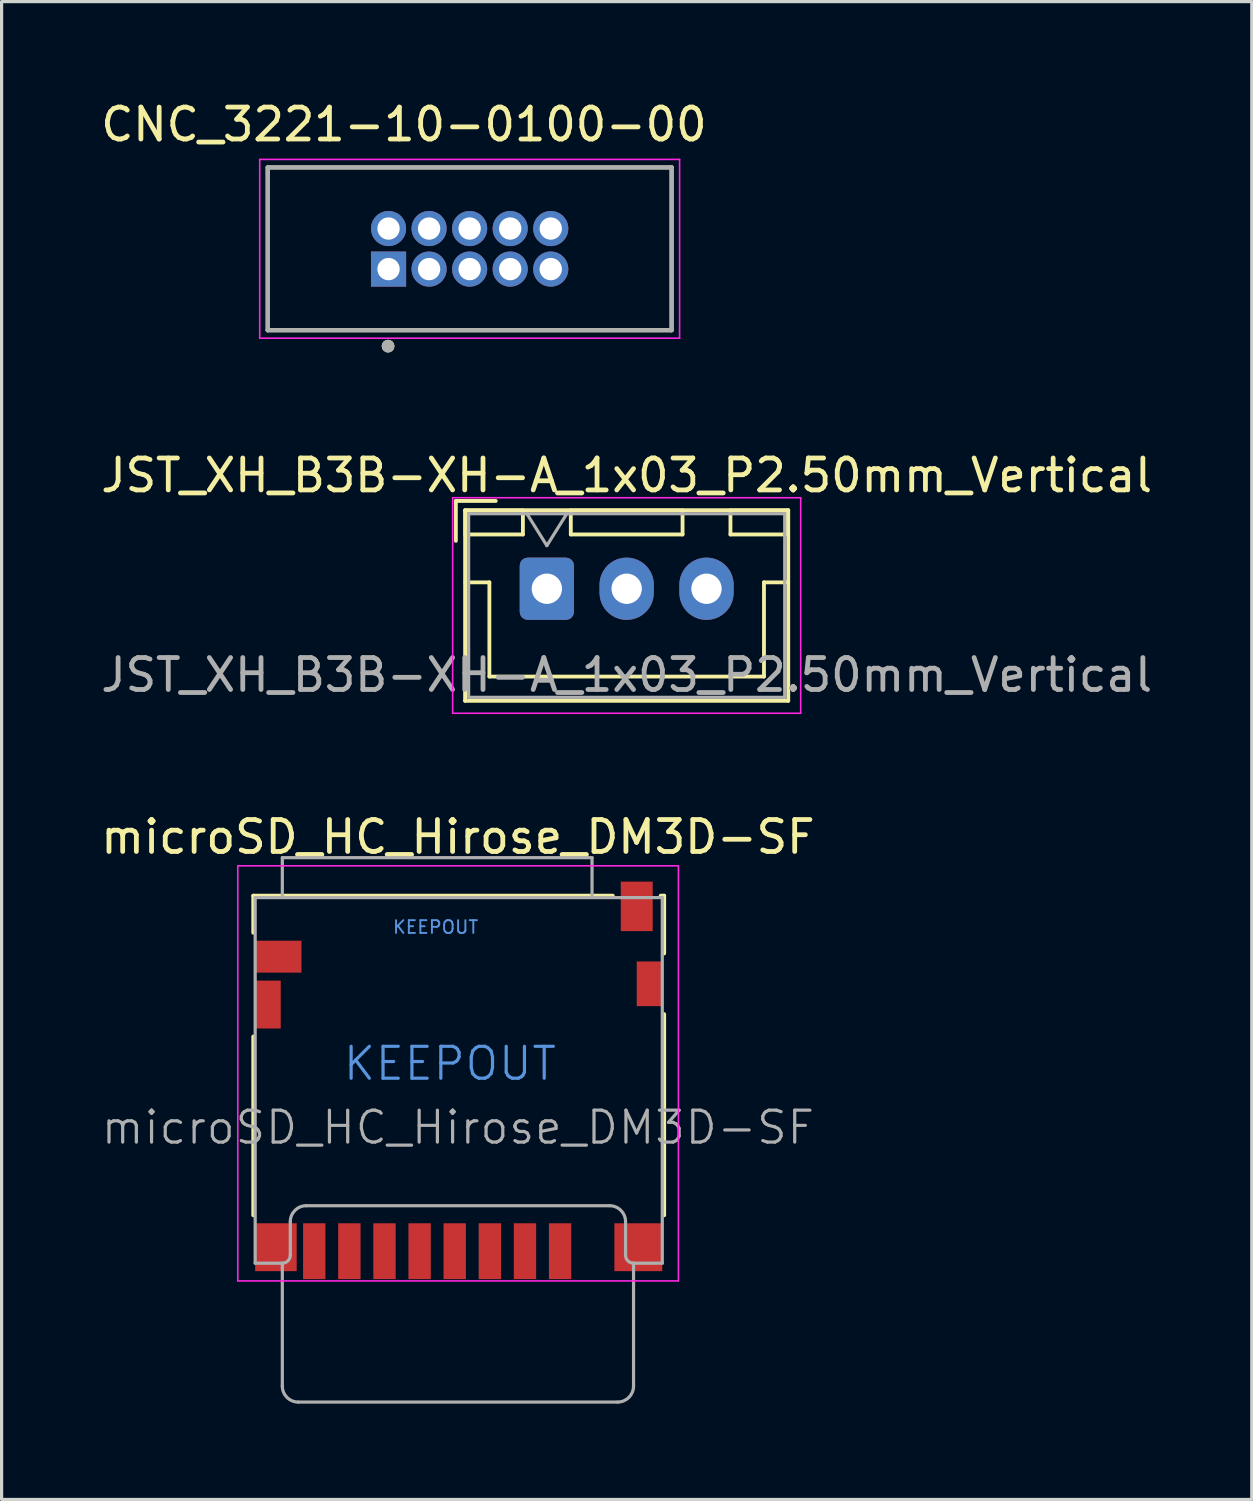
<source format=kicad_pcb>
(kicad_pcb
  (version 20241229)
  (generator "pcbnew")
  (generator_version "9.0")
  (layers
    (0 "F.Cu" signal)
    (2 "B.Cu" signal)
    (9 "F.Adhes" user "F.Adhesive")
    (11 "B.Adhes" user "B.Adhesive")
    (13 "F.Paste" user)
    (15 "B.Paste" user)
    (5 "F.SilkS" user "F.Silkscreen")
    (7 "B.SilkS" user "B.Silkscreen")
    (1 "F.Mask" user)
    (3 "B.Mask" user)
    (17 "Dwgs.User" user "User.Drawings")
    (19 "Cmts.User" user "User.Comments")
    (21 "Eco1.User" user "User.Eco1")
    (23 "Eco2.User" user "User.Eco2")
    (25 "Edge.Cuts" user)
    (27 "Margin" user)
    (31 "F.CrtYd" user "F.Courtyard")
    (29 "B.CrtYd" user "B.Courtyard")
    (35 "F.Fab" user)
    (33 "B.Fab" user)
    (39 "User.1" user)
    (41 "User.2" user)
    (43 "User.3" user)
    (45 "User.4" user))
  (footprint "JST_XH_B3B-XH-A_1x03_P2.50mm_Vertical"
    (layer "F.Cu")
    (at 14.077 15.389)
    (property "Reference" "JST_XH_B3B-XH-A_1x03_P2.50mm_Vertical" (at 2.5 -3.55 0) (layer "F.SilkS") (effects (font (size 1 1) (thickness 0.15))))
    (attr through_hole)
    (fp_line (start -2.85 -2.75) (end -2.85 -1.5) (stroke (width 0.12) (type solid)) (layer "F.SilkS"))
    (fp_line (start -2.56 -2.46) (end -2.56 3.51) (stroke (width 0.12) (type solid)) (layer "F.SilkS"))
    (fp_line (start -2.56 3.51) (end 7.56 3.51) (stroke (width 0.12) (type solid)) (layer "F.SilkS"))
    (fp_line (start -2.55 -2.45) (end -2.55 -1.7) (stroke (width 0.12) (type solid)) (layer "F.SilkS"))
    (fp_line (start -2.55 -1.7) (end -0.75 -1.7) (stroke (width 0.12) (type solid)) (layer "F.SilkS"))
    (fp_line (start -2.55 -0.2) (end -1.8 -0.2) (stroke (width 0.12) (type solid)) (layer "F.SilkS"))
    (fp_line (start -1.8 -0.2) (end -1.8 2.75) (stroke (width 0.12) (type solid)) (layer "F.SilkS"))
    (fp_line (start -1.8 2.75) (end 2.5 2.75) (stroke (width 0.12) (type solid)) (layer "F.SilkS"))
    (fp_line (start -1.6 -2.75) (end -2.85 -2.75) (stroke (width 0.12) (type solid)) (layer "F.SilkS"))
    (fp_line (start -0.75 -2.45) (end -2.55 -2.45) (stroke (width 0.12) (type solid)) (layer "F.SilkS"))
    (fp_line (start -0.75 -1.7) (end -0.75 -2.45) (stroke (width 0.12) (type solid)) (layer "F.SilkS"))
    (fp_line (start 0.75 -2.45) (end 0.75 -1.7) (stroke (width 0.12) (type solid)) (layer "F.SilkS"))
    (fp_line (start 0.75 -1.7) (end 4.25 -1.7) (stroke (width 0.12) (type solid)) (layer "F.SilkS"))
    (fp_line (start 4.25 -2.45) (end 0.75 -2.45) (stroke (width 0.12) (type solid)) (layer "F.SilkS"))
    (fp_line (start 4.25 -1.7) (end 4.25 -2.45) (stroke (width 0.12) (type solid)) (layer "F.SilkS"))
    (fp_line (start 5.75 -2.45) (end 5.75 -1.7) (stroke (width 0.12) (type solid)) (layer "F.SilkS"))
    (fp_line (start 5.75 -1.7) (end 7.55 -1.7) (stroke (width 0.12) (type solid)) (layer "F.SilkS"))
    (fp_line (start 6.8 -0.2) (end 6.8 2.75) (stroke (width 0.12) (type solid)) (layer "F.SilkS"))
    (fp_line (start 6.8 2.75) (end 2.5 2.75) (stroke (width 0.12) (type solid)) (layer "F.SilkS"))
    (fp_line (start 7.55 -2.45) (end 5.75 -2.45) (stroke (width 0.12) (type solid)) (layer "F.SilkS"))
    (fp_line (start 7.55 -1.7) (end 7.55 -2.45) (stroke (width 0.12) (type solid)) (layer "F.SilkS"))
    (fp_line (start 7.55 -0.2) (end 6.8 -0.2) (stroke (width 0.12) (type solid)) (layer "F.SilkS"))
    (fp_line (start 7.56 -2.46) (end -2.56 -2.46) (stroke (width 0.12) (type solid)) (layer "F.SilkS"))
    (fp_line (start 7.56 3.51) (end 7.56 -2.46) (stroke (width 0.12) (type solid)) (layer "F.SilkS"))
    (fp_line (start -2.95 -2.85) (end -2.95 3.9) (stroke (width 0.05) (type solid)) (layer "F.CrtYd"))
    (fp_line (start -2.95 3.9) (end 7.95 3.9) (stroke (width 0.05) (type solid)) (layer "F.CrtYd"))
    (fp_line (start 7.95 -2.85) (end -2.95 -2.85) (stroke (width 0.05) (type solid)) (layer "F.CrtYd"))
    (fp_line (start 7.95 3.9) (end 7.95 -2.85) (stroke (width 0.05) (type solid)) (layer "F.CrtYd"))
    (fp_line (start -2.45 -2.35) (end -2.45 3.4) (stroke (width 0.1) (type solid)) (layer "F.Fab"))
    (fp_line (start -2.45 3.4) (end 7.45 3.4) (stroke (width 0.1) (type solid)) (layer "F.Fab"))
    (fp_line (start -0.625 -2.35) (end 0 -1.35) (stroke (width 0.1) (type solid)) (layer "F.Fab"))
    (fp_line (start 0 -1.35) (end 0.625 -2.35) (stroke (width 0.1) (type solid)) (layer "F.Fab"))
    (fp_line (start 7.45 -2.35) (end -2.45 -2.35) (stroke (width 0.1) (type solid)) (layer "F.Fab"))
    (fp_line (start 7.45 3.4) (end 7.45 -2.35) (stroke (width 0.1) (type solid)) (layer "F.Fab"))
    (fp_text user "${REFERENCE}" (at 2.5 2.7 0) (layer "F.Fab") (effects (font (size 1 1) (thickness 0.15))))
    (pad "1" thru_hole roundrect (at 0 0) (size 1.7 1.95) (drill 0.95) (layers "*.Cu" "*.Mask") (roundrect_rratio 0.147))
    (pad "2" thru_hole oval (at 2.5 0) (size 1.7 1.95) (drill 0.95) (layers "*.Cu" "*.Mask"))
    (pad "3" thru_hole oval (at 5 0) (size 1.7 1.95) (drill 0.95) (layers "*.Cu" "*.Mask")))
  (footprint "CNC_3221-10-0100-00"
    (layer "F.Cu")
    (at 11.659 4.743)
    (property "Reference" "CNC_3221-10-0100-00" (at -2.058 -3.894 0) (layer "F.SilkS") (effects (font (size 1 1) (thickness 0.15))))
    (attr through_hole)
    (fp_line (start -6.325 -2.55) (end 6.325 -2.55) (stroke (width 0.127) (type solid)) (layer "F.SilkS"))
    (fp_line (start -6.325 2.55) (end -6.325 -2.55) (stroke (width 0.127) (type solid)) (layer "F.SilkS"))
    (fp_line (start 6.325 -2.55) (end 6.325 2.55) (stroke (width 0.127) (type solid)) (layer "F.SilkS"))
    (fp_line (start 6.325 2.55) (end -6.325 2.55) (stroke (width 0.127) (type solid)) (layer "F.SilkS"))
    (fp_circle (center -2.555 3.048) (end -2.455 3.048) (stroke (width 0.2) (type solid)) (fill no) (layer "F.SilkS"))
    (fp_line (start -6.575 -2.8) (end 6.575 -2.8) (stroke (width 0.05) (type solid)) (layer "F.CrtYd"))
    (fp_line (start -6.575 2.8) (end -6.575 -2.8) (stroke (width 0.05) (type solid)) (layer "F.CrtYd"))
    (fp_line (start 6.575 -2.8) (end 6.575 2.8) (stroke (width 0.05) (type solid)) (layer "F.CrtYd"))
    (fp_line (start 6.575 2.8) (end -6.575 2.8) (stroke (width 0.05) (type solid)) (layer "F.CrtYd"))
    (fp_line (start -6.325 -2.55) (end 6.325 -2.55) (stroke (width 0.127) (type solid)) (layer "F.Fab"))
    (fp_line (start -6.325 2.55) (end -6.325 -2.55) (stroke (width 0.127) (type solid)) (layer "F.Fab"))
    (fp_line (start 6.325 -2.55) (end 6.325 2.55) (stroke (width 0.127) (type solid)) (layer "F.Fab"))
    (fp_line (start 6.325 2.55) (end -6.325 2.55) (stroke (width 0.127) (type solid)) (layer "F.Fab"))
    (fp_circle (center -2.555 3.048) (end -2.455 3.048) (stroke (width 0.2) (type solid)) (fill no) (layer "F.Fab"))
    (pad "1" thru_hole rect (at -2.54 0.635) (size 1.1 1.1) (drill 0.7) (layers "*.Cu" "*.Mask"))
    (pad "2" thru_hole circle (at -2.54 -0.635) (size 1.1 1.1) (drill 0.7) (layers "*.Cu" "*.Mask"))
    (pad "3" thru_hole circle (at -1.27 0.635) (size 1.1 1.1) (drill 0.7) (layers "*.Cu" "*.Mask"))
    (pad "4" thru_hole circle (at -1.27 -0.635) (size 1.1 1.1) (drill 0.7) (layers "*.Cu" "*.Mask"))
    (pad "5" thru_hole circle (at 0 0.635) (size 1.1 1.1) (drill 0.7) (layers "*.Cu" "*.Mask"))
    (pad "6" thru_hole circle (at 0 -0.635) (size 1.1 1.1) (drill 0.7) (layers "*.Cu" "*.Mask"))
    (pad "7" thru_hole circle (at 1.27 0.635) (size 1.1 1.1) (drill 0.7) (layers "*.Cu" "*.Mask"))
    (pad "8" thru_hole circle (at 1.27 -0.635) (size 1.1 1.1) (drill 0.7) (layers "*.Cu" "*.Mask"))
    (pad "9" thru_hole circle (at 2.54 0.635) (size 1.1 1.1) (drill 0.7) (layers "*.Cu" "*.Mask"))
    (pad "10" thru_hole circle (at 2.54 -0.635) (size 1.1 1.1) (drill 0.7) (layers "*.Cu" "*.Mask")))
  (footprint "microSD_HC_Hirose_DM3D-SF"
    (layer "F.Cu")
    (at 11.317 30.787)
    (property "Reference" "microSD_HC_Hirose_DM3D-SF" (at -0.025 -7.625 0) (layer "F.SilkS") (effects (font (size 1 1) (thickness 0.15))))
    (attr smd)
    (fp_line (start -6.435 -5.785) (end 4.825 -5.785) (stroke (width 0.12) (type solid)) (layer "F.SilkS"))
    (fp_line (start -6.435 -4.625) (end -6.435 -5.785) (stroke (width 0.12) (type solid)) (layer "F.SilkS"))
    (fp_line (start -6.435 -1.375) (end -6.435 4.225) (stroke (width 0.12) (type solid)) (layer "F.SilkS"))
    (fp_line (start 6.325 -5.785) (end 6.435 -5.785) (stroke (width 0.12) (type solid)) (layer "F.SilkS"))
    (fp_line (start 6.435 -5.785) (end 6.435 -3.975) (stroke (width 0.12) (type solid)) (layer "F.SilkS"))
    (fp_line (start 6.435 -2.075) (end 6.435 4.225) (stroke (width 0.12) (type solid)) (layer "F.SilkS"))
    (fp_line (start -6.92 -6.72) (end 6.88 -6.72) (stroke (width 0.05) (type solid)) (layer "F.CrtYd"))
    (fp_line (start -6.92 6.28) (end -6.92 -6.72) (stroke (width 0.05) (type solid)) (layer "F.CrtYd"))
    (fp_line (start 6.88 -6.72) (end 6.88 6.28) (stroke (width 0.05) (type solid)) (layer "F.CrtYd"))
    (fp_line (start 6.88 6.28) (end -6.92 6.28) (stroke (width 0.05) (type solid)) (layer "F.CrtYd"))
    (fp_line (start -6.375 -5.725) (end 6.375 -5.725) (stroke (width 0.1) (type solid)) (layer "F.Fab"))
    (fp_line (start -6.375 5.725) (end -6.375 -5.725) (stroke (width 0.1) (type solid)) (layer "F.Fab"))
    (fp_line (start -6.375 5.725) (end -5.525 5.725) (stroke (width 0.1) (type solid)) (layer "F.Fab"))
    (fp_line (start -5.525 -6.975) (end 4.175 -6.975) (stroke (width 0.1) (type solid)) (layer "F.Fab"))
    (fp_line (start -5.525 -5.725) (end -5.525 -6.975) (stroke (width 0.1) (type solid)) (layer "F.Fab"))
    (fp_line (start -5.525 5.725) (end -5.525 9.575) (stroke (width 0.1) (type solid)) (layer "F.Fab"))
    (fp_line (start -5.275 5.475) (end -5.275 4.425) (stroke (width 0.1) (type solid)) (layer "F.Fab"))
    (fp_line (start -5.025 10.075) (end 4.975 10.075) (stroke (width 0.1) (type solid)) (layer "F.Fab"))
    (fp_line (start -4.775 3.925) (end 4.725 3.925) (stroke (width 0.1) (type solid)) (layer "F.Fab"))
    (fp_line (start 4.175 -5.725) (end 4.175 -6.975) (stroke (width 0.1) (type solid)) (layer "F.Fab"))
    (fp_line (start 5.225 5.475) (end 5.225 4.425) (stroke (width 0.1) (type solid)) (layer "F.Fab"))
    (fp_line (start 5.475 5.725) (end 6.375 5.725) (stroke (width 0.1) (type solid)) (layer "F.Fab"))
    (fp_line (start 5.475 9.575) (end 5.475 5.725) (stroke (width 0.1) (type solid)) (layer "F.Fab"))
    (fp_line (start 6.375 5.725) (end 6.375 -5.725) (stroke (width 0.1) (type solid)) (layer "F.Fab"))
    (fp_arc (start -5.275 4.425) (mid -5.128553 4.071447) (end -4.775 3.925) (stroke (width 0.1) (type solid)) (layer "F.Fab"))
    (fp_arc (start -5.275 5.475) (mid -5.348223 5.651777) (end -5.525 5.725) (stroke (width 0.1) (type solid)) (layer "F.Fab"))
    (fp_arc (start -5.025 10.075) (mid -5.378553 9.928553) (end -5.525 9.575) (stroke (width 0.1) (type solid)) (layer "F.Fab"))
    (fp_arc (start 4.725 3.925) (mid 5.078553 4.071447) (end 5.225 4.425) (stroke (width 0.1) (type solid)) (layer "F.Fab"))
    (fp_arc (start 5.475 5.725) (mid 5.298223 5.651777) (end 5.225 5.475) (stroke (width 0.1) (type solid)) (layer "F.Fab"))
    (fp_arc (start 5.475 9.575) (mid 5.328553 9.928553) (end 4.975 10.075) (stroke (width 0.1) (type solid)) (layer "F.Fab"))
    (fp_text user "KEEPOUT" (at -0.275 -0.525 0) (layer "Cmts.User") (effects (font (size 1 1) (thickness 0.1))))
    (fp_text user "KEEPOUT" (at -0.725 -4.8 0) (layer "Cmts.User") (effects (font (size 0.4 0.4) (thickness 0.06))))
    (fp_text user "${REFERENCE}" (at -0.025 1.475 0) (layer "F.Fab") (effects (font (size 1 1) (thickness 0.1))))
    (pad "1" smd rect (at 3.175 5.35) (size 0.7 1.75) (layers "F.Cu" "F.Mask" "F.Paste"))
    (pad "2" smd rect (at 2.075 5.35) (size 0.7 1.75) (layers "F.Cu" "F.Mask" "F.Paste"))
    (pad "3" smd rect (at 0.975 5.35) (size 0.7 1.75) (layers "F.Cu" "F.Mask" "F.Paste"))
    (pad "4" smd rect (at -0.125 5.35) (size 0.7 1.75) (layers "F.Cu" "F.Mask" "F.Paste"))
    (pad "5" smd rect (at -1.225 5.35) (size 0.7 1.75) (layers "F.Cu" "F.Mask" "F.Paste"))
    (pad "6" smd rect (at -2.325 5.35) (size 0.7 1.75) (layers "F.Cu" "F.Mask" "F.Paste"))
    (pad "7" smd rect (at -3.425 5.35) (size 0.7 1.75) (layers "F.Cu" "F.Mask" "F.Paste"))
    (pad "8" smd rect (at -4.525 5.35) (size 0.7 1.75) (layers "F.Cu" "F.Mask" "F.Paste"))
    (pad "9" smd rect (at -5.65 -3.875) (size 1.45 1) (layers "F.Cu" "F.Mask" "F.Paste"))
    (pad "10" smd rect (at 5.575 -5.45) (size 1 1.55) (layers "F.Cu" "F.Mask" "F.Paste"))
    (pad "11" smd rect (at -5.975 -2.375) (size 0.8 1.5) (layers "F.Cu" "F.Mask" "F.Paste"))
    (pad "11" smd rect (at -5.725 5.225) (size 1.3 1.5) (layers "F.Cu" "F.Mask" "F.Paste"))
    (pad "11" smd rect (at 5.625 5.225) (size 1.5 1.5) (layers "F.Cu" "F.Mask" "F.Paste"))
    (pad "11" smd rect (at 5.975 -3.025) (size 0.8 1.4) (layers "F.Cu" "F.Mask" "F.Paste"))
    (zone (net_name "") (layer "F.Cu") (hatch full 0.508) (connect_pads) (min_thickness 0.254) (filled_areas_thickness no) (keepout (tracks not_allowed) (vias not_allowed) (pads not_allowed) (copperpour not_allowed) (footprints not_allowed)) (placement (enabled no)) (fill) (polygon (pts (xy 6.392 29.262) (xy 14.892 29.262) (xy 14.892 31.262) (xy 6.392 31.262))))
    (zone (net_name "") (layer "F.Cu") (hatch full 0.508) (connect_pads) (min_thickness 0.254) (filled_areas_thickness no) (keepout (tracks not_allowed) (vias not_allowed) (pads not_allowed) (copperpour not_allowed) (footprints not_allowed)) (placement (enabled no)) (fill) (polygon (pts (xy 9.342 26.912) (xy 11.842 26.912) (xy 11.842 25.062) (xy 9.342 25.062)))))
  (gr_rect
    (start -3 -3)
    (end 36.155 43.912)
    (stroke (width 0.1) (type default))
    (fill no)
    (layer "Edge.Cuts")))
</source>
